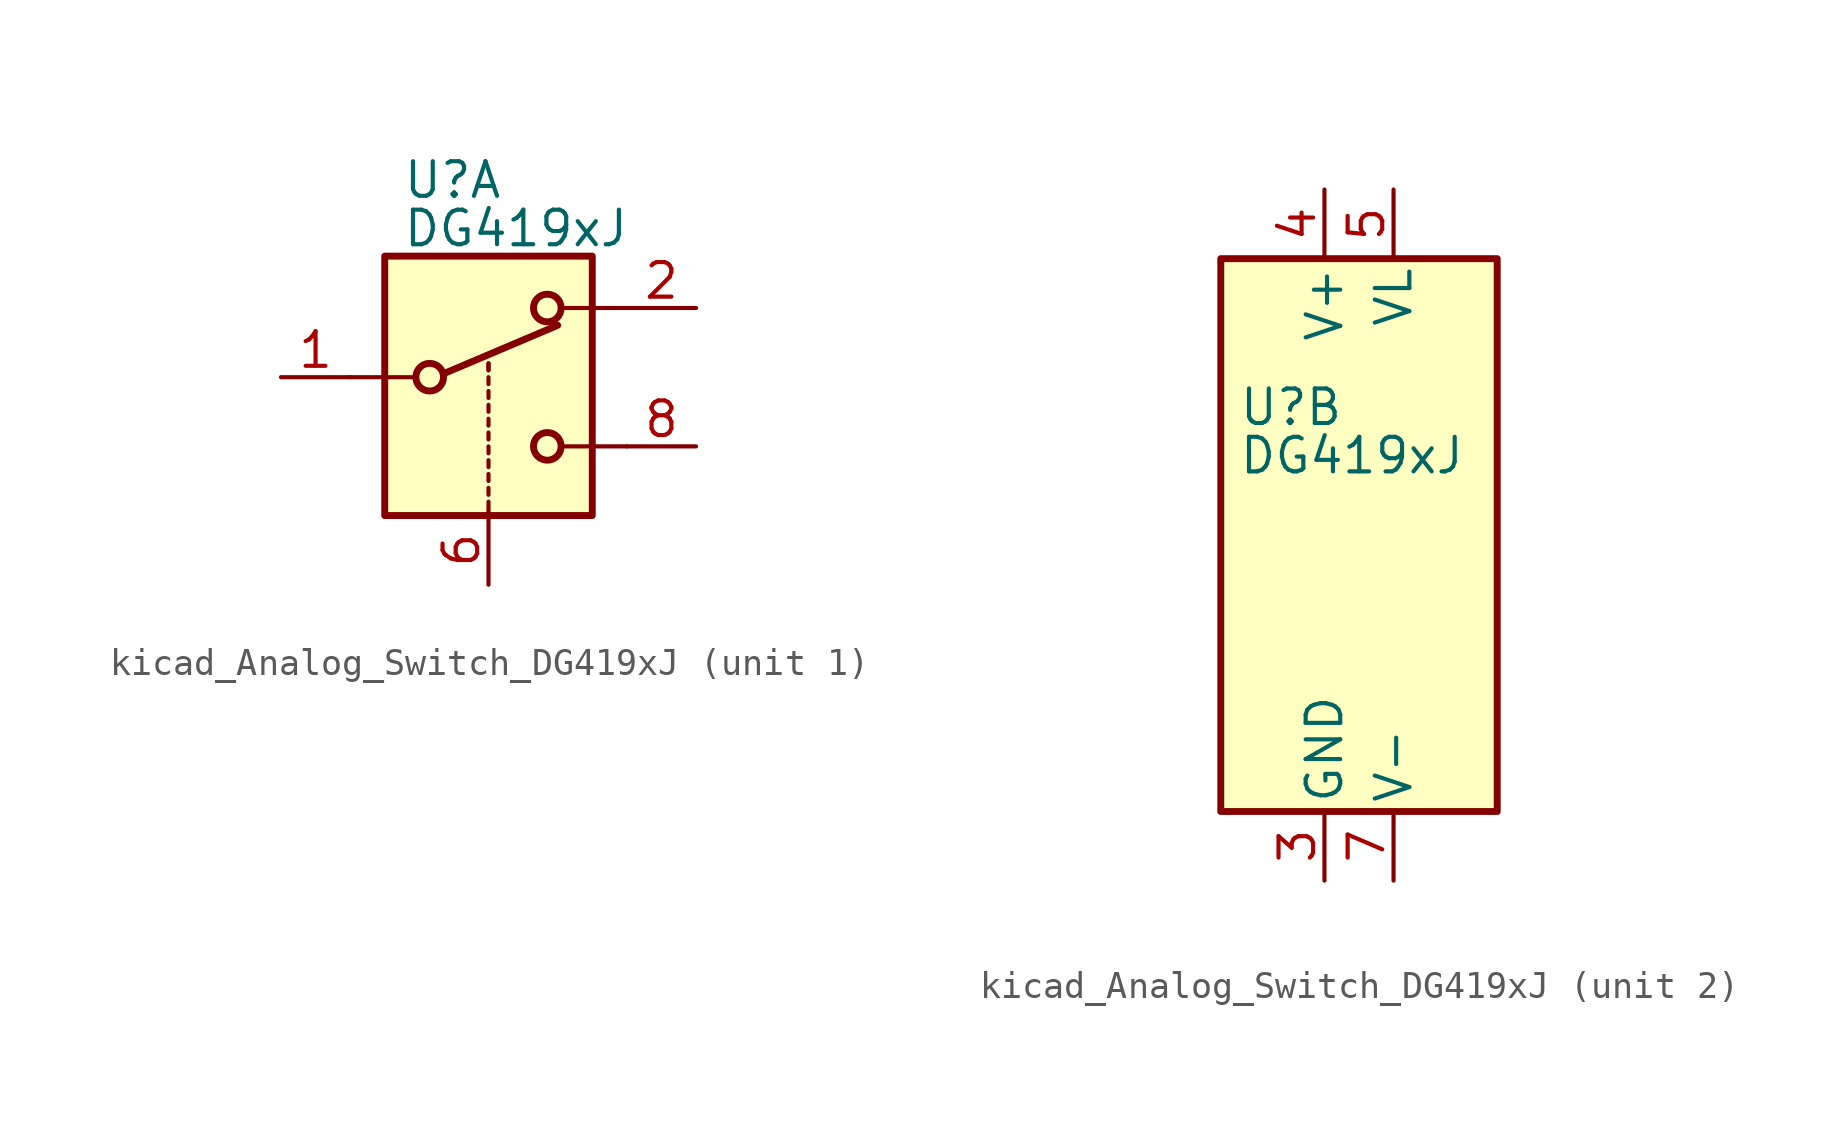
<source format=kicad_sym>
(kicad_symbol_lib
  (version 20220914)
  (generator kicad_symbol_editor)
  (symbol "kicad_Analog_Switch_DG419xJ"
    (pin_names
      (offset 0.254))
    (property "Reference" "U"
      (at -3.175 4.699 0)
      (effects (font (size 1.27 1.27)) (justify left)))
    (property "Value" "DG419xJ"
      (at -3.175 2.921 0)
      (effects (font (size 1.27 1.27)) (justify left)))
    (symbol "kicad_Analog_Switch_DG419xJ_1_1"
      (rectangle (start -3.81 1.905) (end 3.81 -7.62) (stroke (width 0.254) (type default)) (fill (type background)))
      (circle (center -2.159 -2.54) (radius 0.508) (stroke (width 0.254) (type default)) (fill (type none)))
      (polyline (pts (xy -5.08 -2.54) (xy -2.794 -2.54)) (stroke (width 0) (type default)) (fill (type none)))
      (polyline (pts (xy -1.651 -2.413) (xy 2.54 -0.635)) (stroke (width 0.254) (type default)) (fill (type none)))
      (polyline (pts (xy 0 -7.62) (xy 0 -7.112)) (stroke (width 0) (type default)) (fill (type none)))
      (polyline (pts (xy 0 -6.858) (xy 0 -6.604)) (stroke (width 0) (type default)) (fill (type none)))
      (polyline (pts (xy 0 -6.35) (xy 0 -6.096)) (stroke (width 0) (type default)) (fill (type none)))
      (polyline (pts (xy 0 -5.842) (xy 0 -5.588)) (stroke (width 0) (type default)) (fill (type none)))
      (polyline (pts (xy 0 -5.334) (xy 0 -5.08)) (stroke (width 0) (type default)) (fill (type none)))
      (polyline (pts (xy 0 -4.826) (xy 0 -4.572)) (stroke (width 0) (type default)) (fill (type none)))
      (polyline (pts (xy 0 -4.318) (xy 0 -4.064)) (stroke (width 0) (type default)) (fill (type none)))
      (polyline (pts (xy 0 -3.81) (xy 0 -3.556)) (stroke (width 0) (type default)) (fill (type none)))
      (polyline (pts (xy 0 -3.302) (xy 0 -3.048)) (stroke (width 0) (type default)) (fill (type none)))
      (polyline (pts (xy 0 -2.794) (xy 0 -2.54)) (stroke (width 0) (type default)) (fill (type none)))
      (polyline (pts (xy 0 -2.286) (xy 0 -2.032)) (stroke (width 0) (type default)) (fill (type none)))
      (polyline (pts (xy 0 -2.286) (xy 0 -2.032)) (stroke (width 0) (type default)) (fill (type none)))
      (polyline (pts (xy 5.08 -5.08) (xy 2.794 -5.08)) (stroke (width 0) (type default)) (fill (type none)))
      (polyline (pts (xy 5.08 0) (xy 2.794 0)) (stroke (width 0) (type default)) (fill (type none)))
      (circle (center 2.159 -5.08) (radius 0.508) (stroke (width 0.254) (type default)) (fill (type none)))
      (circle (center 2.159 0) (radius 0.508) (stroke (width 0.254) (type default)) (fill (type none)))
      (pin passive line (at -7.62 -2.54 0) (length 2.54) (name "~" (effects (font (size 1.27 1.27)))) (number "1" (effects (font (size 1.27 1.27)))))
      (pin passive line (at 7.62 0 180) (length 2.54) (name "~" (effects (font (size 1.27 1.27)))) (number "2" (effects (font (size 1.27 1.27)))))
      (pin input line (at 0 -10.16 90) (length 2.54) (name "~" (effects (font (size 1.27 1.27)))) (number "6" (effects (font (size 1.27 1.27)))))
      (pin passive line (at 7.62 -5.08 180) (length 2.54) (name "~" (effects (font (size 1.27 1.27)))) (number "8" (effects (font (size 1.27 1.27))))))
    (symbol "kicad_Analog_Switch_DG419xJ_2_0"
      (pin power_in line (at 0 -12.7 90) (length 2.54) (name "GND" (effects (font (size 1.27 1.27)))) (number "3" (effects (font (size 1.27 1.27)))))
      (pin power_in line (at 0 12.7 270) (length 2.54) (name "V+" (effects (font (size 1.27 1.27)))) (number "4" (effects (font (size 1.27 1.27)))))
      (pin power_in line (at 2.54 12.7 270) (length 2.54) (name "VL" (effects (font (size 1.27 1.27)))) (number "5" (effects (font (size 1.27 1.27)))))
      (pin power_in line (at 2.54 -12.7 90) (length 2.54) (name "V-" (effects (font (size 1.27 1.27)))) (number "7" (effects (font (size 1.27 1.27))))))
    (symbol "kicad_Analog_Switch_DG419xJ_2_1"
      (rectangle (start -3.81 10.16) (end 6.35 -10.16) (stroke (width 0.254) (type default)) (fill (type background))))))
</source>
